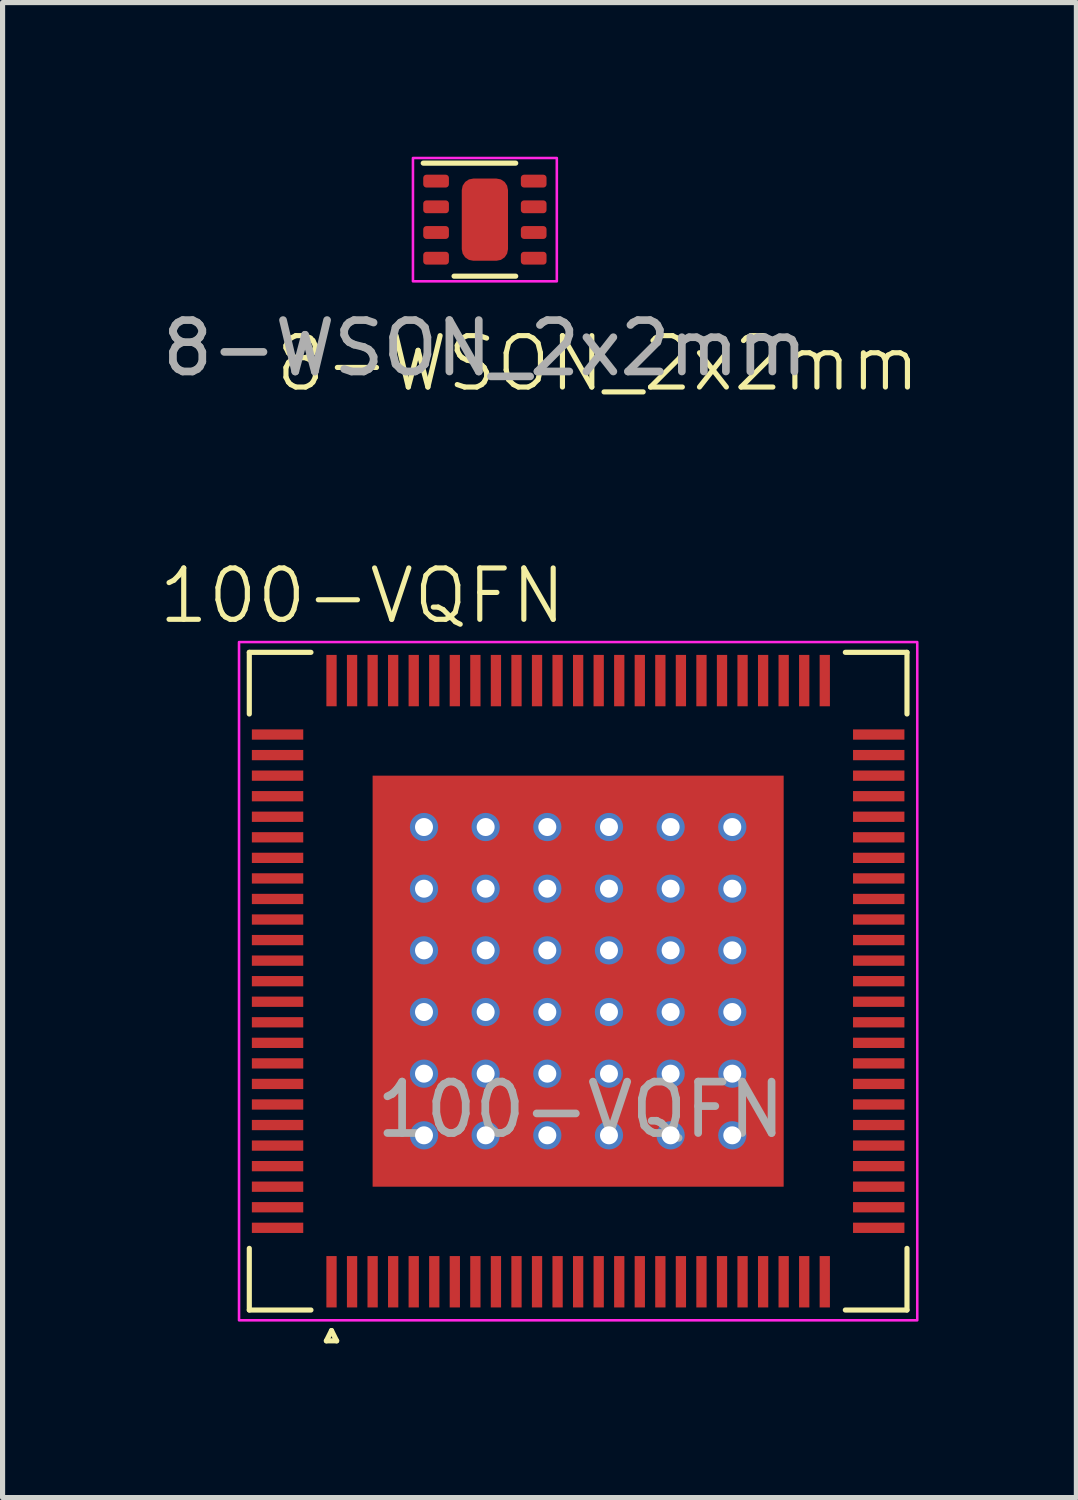
<source format=kicad_pcb>
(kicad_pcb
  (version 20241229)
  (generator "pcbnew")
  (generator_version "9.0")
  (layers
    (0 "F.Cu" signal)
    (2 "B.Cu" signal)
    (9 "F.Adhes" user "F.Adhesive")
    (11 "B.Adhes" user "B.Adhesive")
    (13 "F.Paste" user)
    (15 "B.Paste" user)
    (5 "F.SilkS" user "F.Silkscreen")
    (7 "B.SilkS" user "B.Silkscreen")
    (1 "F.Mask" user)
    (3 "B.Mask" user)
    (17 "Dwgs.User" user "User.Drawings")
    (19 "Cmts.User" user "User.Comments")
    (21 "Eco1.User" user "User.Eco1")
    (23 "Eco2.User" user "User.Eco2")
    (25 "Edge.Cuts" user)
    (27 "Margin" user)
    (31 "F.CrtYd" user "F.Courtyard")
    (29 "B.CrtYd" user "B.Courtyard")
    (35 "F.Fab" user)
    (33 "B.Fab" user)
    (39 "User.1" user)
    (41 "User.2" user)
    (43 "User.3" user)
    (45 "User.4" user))
  (footprint "8-WSON_2x2mm"
    (layer "F.Cu")
    (at 6.387 1.225)
    (property "Reference" "8-WSON_2x2mm" (at 2.2 2.8 0) (unlocked yes) (layer "F.SilkS") (effects (font (size 1 1) (thickness 0.1))))
    (attr smd)
    (fp_line (start -1.2 -1.1) (end 0.6 -1.1) (stroke (width 0.1) (type default)) (layer "F.SilkS"))
    (fp_line (start -0.6 1.1) (end 0.6 1.1) (stroke (width 0.1) (type default)) (layer "F.SilkS"))
    (fp_rect (start -1.4 -1.2) (end 1.4 1.2) (stroke (width 0.05) (type default)) (fill no) (layer "F.CrtYd"))
    (fp_text user "${REFERENCE}" (at 0 2.5 0) (unlocked yes) (layer "F.Fab") (effects (font (size 1 1) (thickness 0.15))))
    (pad "1" smd roundrect (at -0.95 -0.75) (size 0.5 0.25) (layers "F.Cu" "F.Mask" "F.Paste") (roundrect_rratio 0.25))
    (pad "2" smd roundrect (at -0.95 -0.25) (size 0.5 0.25) (layers "F.Cu" "F.Mask" "F.Paste") (roundrect_rratio 0.25))
    (pad "3" smd roundrect (at -0.95 0.25) (size 0.5 0.25) (layers "F.Cu" "F.Mask" "F.Paste") (roundrect_rratio 0.25))
    (pad "4" smd roundrect (at -0.95 0.75) (size 0.5 0.25) (layers "F.Cu" "F.Mask" "F.Paste") (roundrect_rratio 0.25))
    (pad "5" smd roundrect (at 0.95 0.75) (size 0.5 0.25) (layers "F.Cu" "F.Mask" "F.Paste") (roundrect_rratio 0.25))
    (pad "6" smd roundrect (at 0.95 0.25) (size 0.5 0.25) (layers "F.Cu" "F.Mask" "F.Paste") (roundrect_rratio 0.25))
    (pad "7" smd roundrect (at 0.95 -0.25) (size 0.5 0.25) (layers "F.Cu" "F.Mask" "F.Paste") (roundrect_rratio 0.25))
    (pad "8" smd roundrect (at 0.95 -0.75) (size 0.5 0.25) (layers "F.Cu" "F.Mask" "F.Paste") (roundrect_rratio 0.25))
    (pad "9" smd roundrect (at 0 0) (size 0.9 1.6) (layers "F.Cu" "F.Mask" "F.Paste") (roundrect_rratio 0.25)))
  (footprint "100-VQFN"
    (layer "F.Cu")
    (at 8.202 16.046)
    (property "Reference" "100-VQFN" (at -4.2 -7.5 0) (unlocked yes) (layer "F.SilkS") (effects (font (size 1 1) (thickness 0.1))))
    (attr smd)
    (fp_line (start -6.4 -6.4) (end -6.4 -5.2) (stroke (width 0.1) (type default)) (layer "F.SilkS"))
    (fp_line (start -6.4 5.2) (end -6.4 6.4) (stroke (width 0.1) (type default)) (layer "F.SilkS"))
    (fp_line (start -6.4 6.4) (end -5.2 6.4) (stroke (width 0.1) (type default)) (layer "F.SilkS"))
    (fp_line (start -5.2 -6.4) (end -6.4 -6.4) (stroke (width 0.1) (type default)) (layer "F.SilkS"))
    (fp_line (start -4.9 7) (end -4.7 7) (stroke (width 0.1) (type default)) (layer "F.SilkS"))
    (fp_line (start -4.8 6.8) (end -4.9 7) (stroke (width 0.1) (type default)) (layer "F.SilkS"))
    (fp_line (start -4.7 7) (end -4.8 6.8) (stroke (width 0.1) (type default)) (layer "F.SilkS"))
    (fp_line (start 5.2 6.4) (end 6.4 6.4) (stroke (width 0.1) (type default)) (layer "F.SilkS"))
    (fp_line (start 6.4 -6.4) (end 5.2 -6.4) (stroke (width 0.1) (type default)) (layer "F.SilkS"))
    (fp_line (start 6.4 -5.2) (end 6.4 -6.4) (stroke (width 0.1) (type default)) (layer "F.SilkS"))
    (fp_line (start 6.4 6.4) (end 6.4 5.2) (stroke (width 0.1) (type default)) (layer "F.SilkS"))
    (fp_rect (start -6.6 -6.6) (end 6.6 6.6) (stroke (width 0.05) (type default)) (fill no) (layer "F.CrtYd"))
    (fp_text user "${REFERENCE}" (at 0.05 2.5 0) (unlocked yes) (layer "F.Fab") (effects (font (size 1 1) (thickness 0.15))))
    (pad "1" smd rect (at -4.8 5.85) (size 0.2 1) (layers "F.Cu" "F.Mask" "F.Paste"))
    (pad "2" smd rect (at -4.4 5.85) (size 0.2 1) (layers "F.Cu" "F.Mask" "F.Paste"))
    (pad "3" smd rect (at -4 5.85) (size 0.2 1) (layers "F.Cu" "F.Mask" "F.Paste"))
    (pad "4" smd rect (at -3.6 5.85) (size 0.2 1) (layers "F.Cu" "F.Mask" "F.Paste"))
    (pad "5" smd rect (at -3.2 5.85) (size 0.2 1) (layers "F.Cu" "F.Mask" "F.Paste"))
    (pad "6" smd rect (at -2.8 5.85) (size 0.2 1) (layers "F.Cu" "F.Mask" "F.Paste"))
    (pad "7" smd rect (at -2.4 5.85) (size 0.2 1) (layers "F.Cu" "F.Mask" "F.Paste"))
    (pad "8" smd rect (at -2 5.85) (size 0.2 1) (layers "F.Cu" "F.Mask" "F.Paste"))
    (pad "9" smd rect (at -1.6 5.85) (size 0.2 1) (layers "F.Cu" "F.Mask" "F.Paste"))
    (pad "10" smd rect (at -1.2 5.85) (size 0.2 1) (layers "F.Cu" "F.Mask" "F.Paste"))
    (pad "11" smd rect (at -0.8 5.85) (size 0.2 1) (layers "F.Cu" "F.Mask" "F.Paste"))
    (pad "12" smd rect (at -0.4 5.85) (size 0.2 1) (layers "F.Cu" "F.Mask" "F.Paste"))
    (pad "13" smd rect (at 0 5.85) (size 0.2 1) (layers "F.Cu" "F.Mask" "F.Paste"))
    (pad "14" smd rect (at 0.4 5.85) (size 0.2 1) (layers "F.Cu" "F.Mask" "F.Paste"))
    (pad "15" smd rect (at 0.8 5.85) (size 0.2 1) (layers "F.Cu" "F.Mask" "F.Paste"))
    (pad "16" smd rect (at 1.2 5.85) (size 0.2 1) (layers "F.Cu" "F.Mask" "F.Paste"))
    (pad "17" smd rect (at 1.6 5.85) (size 0.2 1) (layers "F.Cu" "F.Mask" "F.Paste"))
    (pad "18" smd rect (at 2 5.85) (size 0.2 1) (layers "F.Cu" "F.Mask" "F.Paste"))
    (pad "19" smd rect (at 2.4 5.85) (size 0.2 1) (layers "F.Cu" "F.Mask" "F.Paste"))
    (pad "20" smd rect (at 2.8 5.85) (size 0.2 1) (layers "F.Cu" "F.Mask" "F.Paste"))
    (pad "21" smd rect (at 3.2 5.85) (size 0.2 1) (layers "F.Cu" "F.Mask" "F.Paste"))
    (pad "22" smd rect (at 3.6 5.85) (size 0.2 1) (layers "F.Cu" "F.Mask" "F.Paste"))
    (pad "23" smd rect (at 4 5.85) (size 0.2 1) (layers "F.Cu" "F.Mask" "F.Paste"))
    (pad "24" smd rect (at 4.4 5.85) (size 0.2 1) (layers "F.Cu" "F.Mask" "F.Paste"))
    (pad "25" smd rect (at 4.8 5.85) (size 0.2 1) (layers "F.Cu" "F.Mask" "F.Paste"))
    (pad "26" smd rect (at 5.85 4.8 270) (size 0.2 1) (layers "F.Cu" "F.Mask" "F.Paste"))
    (pad "27" smd rect (at 5.85 4.4 270) (size 0.2 1) (layers "F.Cu" "F.Mask" "F.Paste"))
    (pad "28" smd rect (at 5.85 4 270) (size 0.2 1) (layers "F.Cu" "F.Mask" "F.Paste"))
    (pad "29" smd rect (at 5.85 3.6 270) (size 0.2 1) (layers "F.Cu" "F.Mask" "F.Paste"))
    (pad "30" smd rect (at 5.85 3.2 270) (size 0.2 1) (layers "F.Cu" "F.Mask" "F.Paste"))
    (pad "31" smd rect (at 5.85 2.8 270) (size 0.2 1) (layers "F.Cu" "F.Mask" "F.Paste"))
    (pad "32" smd rect (at 5.85 2.4 270) (size 0.2 1) (layers "F.Cu" "F.Mask" "F.Paste"))
    (pad "33" smd rect (at 5.85 2 270) (size 0.2 1) (layers "F.Cu" "F.Mask" "F.Paste"))
    (pad "34" smd rect (at 5.85 1.6 270) (size 0.2 1) (layers "F.Cu" "F.Mask" "F.Paste"))
    (pad "35" smd rect (at 5.85 1.2 270) (size 0.2 1) (layers "F.Cu" "F.Mask" "F.Paste"))
    (pad "36" smd rect (at 5.85 0.8 270) (size 0.2 1) (layers "F.Cu" "F.Mask" "F.Paste"))
    (pad "37" smd rect (at 5.85 0.4 270) (size 0.2 1) (layers "F.Cu" "F.Mask" "F.Paste"))
    (pad "38" smd rect (at 5.85 0 270) (size 0.2 1) (layers "F.Cu" "F.Mask" "F.Paste"))
    (pad "39" smd rect (at 5.85 -0.4 270) (size 0.2 1) (layers "F.Cu" "F.Mask" "F.Paste"))
    (pad "40" smd rect (at 5.85 -0.8 270) (size 0.2 1) (layers "F.Cu" "F.Mask" "F.Paste"))
    (pad "41" smd rect (at 5.85 -1.2 270) (size 0.2 1) (layers "F.Cu" "F.Mask" "F.Paste"))
    (pad "42" smd rect (at 5.85 -1.6 270) (size 0.2 1) (layers "F.Cu" "F.Mask" "F.Paste"))
    (pad "43" smd rect (at 5.85 -2 270) (size 0.2 1) (layers "F.Cu" "F.Mask" "F.Paste"))
    (pad "44" smd rect (at 5.85 -2.4 270) (size 0.2 1) (layers "F.Cu" "F.Mask" "F.Paste"))
    (pad "45" smd rect (at 5.85 -2.8 270) (size 0.2 1) (layers "F.Cu" "F.Mask" "F.Paste"))
    (pad "46" smd rect (at 5.85 -3.2 270) (size 0.2 1) (layers "F.Cu" "F.Mask" "F.Paste"))
    (pad "47" smd rect (at 5.85 -3.6 270) (size 0.2 1) (layers "F.Cu" "F.Mask" "F.Paste"))
    (pad "48" smd rect (at 5.85 -4 270) (size 0.2 1) (layers "F.Cu" "F.Mask" "F.Paste"))
    (pad "49" smd rect (at 5.85 -4.4 270) (size 0.2 1) (layers "F.Cu" "F.Mask" "F.Paste"))
    (pad "50" smd rect (at 5.85 -4.8 270) (size 0.2 1) (layers "F.Cu" "F.Mask" "F.Paste"))
    (pad "51" smd rect (at 4.8 -5.85) (size 0.2 1) (layers "F.Cu" "F.Mask" "F.Paste"))
    (pad "52" smd rect (at 4.4 -5.85) (size 0.2 1) (layers "F.Cu" "F.Mask" "F.Paste"))
    (pad "53" smd rect (at 4 -5.85) (size 0.2 1) (layers "F.Cu" "F.Mask" "F.Paste"))
    (pad "54" smd rect (at 3.6 -5.85) (size 0.2 1) (layers "F.Cu" "F.Mask" "F.Paste"))
    (pad "55" smd rect (at 3.2 -5.85) (size 0.2 1) (layers "F.Cu" "F.Mask" "F.Paste"))
    (pad "56" smd rect (at 2.8 -5.85) (size 0.2 1) (layers "F.Cu" "F.Mask" "F.Paste"))
    (pad "57" smd rect (at 2.4 -5.85) (size 0.2 1) (layers "F.Cu" "F.Mask" "F.Paste"))
    (pad "58" smd rect (at 2 -5.85) (size 0.2 1) (layers "F.Cu" "F.Mask" "F.Paste"))
    (pad "59" smd rect (at 1.6 -5.85) (size 0.2 1) (layers "F.Cu" "F.Mask" "F.Paste"))
    (pad "60" smd rect (at 1.2 -5.85) (size 0.2 1) (layers "F.Cu" "F.Mask" "F.Paste"))
    (pad "61" smd rect (at 0.8 -5.85) (size 0.2 1) (layers "F.Cu" "F.Mask" "F.Paste"))
    (pad "62" smd rect (at 0.4 -5.85) (size 0.2 1) (layers "F.Cu" "F.Mask" "F.Paste"))
    (pad "63" smd rect (at 0 -5.85) (size 0.2 1) (layers "F.Cu" "F.Mask" "F.Paste"))
    (pad "64" smd rect (at -0.4 -5.85) (size 0.2 1) (layers "F.Cu" "F.Mask" "F.Paste"))
    (pad "65" smd rect (at -0.8 -5.85) (size 0.2 1) (layers "F.Cu" "F.Mask" "F.Paste"))
    (pad "66" smd rect (at -1.2 -5.85) (size 0.2 1) (layers "F.Cu" "F.Mask" "F.Paste"))
    (pad "67" smd rect (at -1.6 -5.85) (size 0.2 1) (layers "F.Cu" "F.Mask" "F.Paste"))
    (pad "68" smd rect (at -2 -5.85) (size 0.2 1) (layers "F.Cu" "F.Mask" "F.Paste"))
    (pad "69" smd rect (at -2.4 -5.85) (size 0.2 1) (layers "F.Cu" "F.Mask" "F.Paste"))
    (pad "70" smd rect (at -2.8 -5.85) (size 0.2 1) (layers "F.Cu" "F.Mask" "F.Paste"))
    (pad "71" smd rect (at -3.2 -5.85) (size 0.2 1) (layers "F.Cu" "F.Mask" "F.Paste"))
    (pad "72" smd rect (at -3.6 -5.85) (size 0.2 1) (layers "F.Cu" "F.Mask" "F.Paste"))
    (pad "73" smd rect (at -4 -5.85) (size 0.2 1) (layers "F.Cu" "F.Mask" "F.Paste"))
    (pad "74" smd rect (at -4.4 -5.85) (size 0.2 1) (layers "F.Cu" "F.Mask" "F.Paste"))
    (pad "75" smd rect (at -4.8 -5.85) (size 0.2 1) (layers "F.Cu" "F.Mask" "F.Paste"))
    (pad "76" smd rect (at -5.85 -4.8 270) (size 0.2 1) (layers "F.Cu" "F.Mask" "F.Paste"))
    (pad "77" smd rect (at -5.85 -4.4 270) (size 0.2 1) (layers "F.Cu" "F.Mask" "F.Paste"))
    (pad "78" smd rect (at -5.85 -4 270) (size 0.2 1) (layers "F.Cu" "F.Mask" "F.Paste"))
    (pad "79" smd rect (at -5.85 -3.6 270) (size 0.2 1) (layers "F.Cu" "F.Mask" "F.Paste"))
    (pad "80" smd rect (at -5.85 -3.2 270) (size 0.2 1) (layers "F.Cu" "F.Mask" "F.Paste"))
    (pad "81" smd rect (at -5.85 -2.8 270) (size 0.2 1) (layers "F.Cu" "F.Mask" "F.Paste"))
    (pad "82" smd rect (at -5.85 -2.4 270) (size 0.2 1) (layers "F.Cu" "F.Mask" "F.Paste"))
    (pad "83" smd rect (at -5.85 -2 270) (size 0.2 1) (layers "F.Cu" "F.Mask" "F.Paste"))
    (pad "84" smd rect (at -5.85 -1.6 270) (size 0.2 1) (layers "F.Cu" "F.Mask" "F.Paste"))
    (pad "85" smd rect (at -5.85 -1.2 270) (size 0.2 1) (layers "F.Cu" "F.Mask" "F.Paste"))
    (pad "86" smd rect (at -5.85 -0.8 270) (size 0.2 1) (layers "F.Cu" "F.Mask" "F.Paste"))
    (pad "87" smd rect (at -5.85 -0.4 270) (size 0.2 1) (layers "F.Cu" "F.Mask" "F.Paste"))
    (pad "88" smd rect (at -5.85 0 270) (size 0.2 1) (layers "F.Cu" "F.Mask" "F.Paste"))
    (pad "89" smd rect (at -5.85 0.4 270) (size 0.2 1) (layers "F.Cu" "F.Mask" "F.Paste"))
    (pad "90" smd rect (at -5.85 0.8 270) (size 0.2 1) (layers "F.Cu" "F.Mask" "F.Paste"))
    (pad "91" smd rect (at -5.85 1.2 270) (size 0.2 1) (layers "F.Cu" "F.Mask" "F.Paste"))
    (pad "92" smd rect (at -5.85 1.6 270) (size 0.2 1) (layers "F.Cu" "F.Mask" "F.Paste"))
    (pad "93" smd rect (at -5.85 2 270) (size 0.2 1) (layers "F.Cu" "F.Mask" "F.Paste"))
    (pad "94" smd rect (at -5.85 2.4 270) (size 0.2 1) (layers "F.Cu" "F.Mask" "F.Paste"))
    (pad "95" smd rect (at -5.85 2.8 270) (size 0.2 1) (layers "F.Cu" "F.Mask" "F.Paste"))
    (pad "96" smd rect (at -5.85 3.2 270) (size 0.2 1) (layers "F.Cu" "F.Mask" "F.Paste"))
    (pad "97" smd rect (at -5.85 3.6 270) (size 0.2 1) (layers "F.Cu" "F.Mask" "F.Paste"))
    (pad "98" smd rect (at -5.85 4 270) (size 0.2 1) (layers "F.Cu" "F.Mask" "F.Paste"))
    (pad "99" smd rect (at -5.85 4.4 270) (size 0.2 1) (layers "F.Cu" "F.Mask" "F.Paste"))
    (pad "100" smd rect (at -5.85 4.8 270) (size 0.2 1) (layers "F.Cu" "F.Mask" "F.Paste"))
    (pad "101" thru_hole circle (at -3 -3) (size 0.55 0.55) (drill 0.35) (layers "*.Cu" "*.Mask"))
    (pad "101" thru_hole circle (at -3 -1.8) (size 0.55 0.55) (drill 0.35) (layers "*.Cu" "*.Mask"))
    (pad "101" thru_hole circle (at -3 -0.6) (size 0.55 0.55) (drill 0.35) (layers "*.Cu" "*.Mask"))
    (pad "101" thru_hole circle (at -3 0.6) (size 0.55 0.55) (drill 0.35) (layers "*.Cu" "*.Mask"))
    (pad "101" thru_hole circle (at -3 1.8) (size 0.55 0.55) (drill 0.35) (layers "*.Cu" "*.Mask"))
    (pad "101" thru_hole circle (at -3 3) (size 0.55 0.55) (drill 0.35) (layers "*.Cu" "*.Mask"))
    (pad "101" thru_hole circle (at -1.8 -3) (size 0.55 0.55) (drill 0.35) (layers "*.Cu" "*.Mask"))
    (pad "101" thru_hole circle (at -1.8 -1.8) (size 0.55 0.55) (drill 0.35) (layers "*.Cu" "*.Mask"))
    (pad "101" thru_hole circle (at -1.8 -0.6) (size 0.55 0.55) (drill 0.35) (layers "*.Cu" "*.Mask"))
    (pad "101" thru_hole circle (at -1.8 0.6) (size 0.55 0.55) (drill 0.35) (layers "*.Cu" "*.Mask"))
    (pad "101" thru_hole circle (at -1.8 1.8) (size 0.55 0.55) (drill 0.35) (layers "*.Cu" "*.Mask"))
    (pad "101" thru_hole circle (at -1.8 3) (size 0.55 0.55) (drill 0.35) (layers "*.Cu" "*.Mask"))
    (pad "101" thru_hole circle (at -0.6 -3) (size 0.55 0.55) (drill 0.35) (layers "*.Cu" "*.Mask"))
    (pad "101" thru_hole circle (at -0.6 -1.8) (size 0.55 0.55) (drill 0.35) (layers "*.Cu" "*.Mask"))
    (pad "101" thru_hole circle (at -0.6 -0.6) (size 0.55 0.55) (drill 0.35) (layers "*.Cu" "*.Mask"))
    (pad "101" thru_hole circle (at -0.6 0.6) (size 0.55 0.55) (drill 0.35) (layers "*.Cu" "*.Mask"))
    (pad "101" thru_hole circle (at -0.6 1.8) (size 0.55 0.55) (drill 0.35) (layers "*.Cu" "*.Mask"))
    (pad "101" thru_hole circle (at -0.6 3) (size 0.55 0.55) (drill 0.35) (layers "*.Cu" "*.Mask"))
    (pad "101" smd rect (at 0 0) (size 8 8) (layers "F.Cu" "F.Mask" "F.Paste"))
    (pad "101" thru_hole circle (at 0.6 -3) (size 0.55 0.55) (drill 0.35) (layers "*.Cu" "*.Mask"))
    (pad "101" thru_hole circle (at 0.6 -1.8) (size 0.55 0.55) (drill 0.35) (layers "*.Cu" "*.Mask"))
    (pad "101" thru_hole circle (at 0.6 -0.6) (size 0.55 0.55) (drill 0.35) (layers "*.Cu" "*.Mask"))
    (pad "101" thru_hole circle (at 0.6 0.6) (size 0.55 0.55) (drill 0.35) (layers "*.Cu" "*.Mask"))
    (pad "101" thru_hole circle (at 0.6 1.8) (size 0.55 0.55) (drill 0.35) (layers "*.Cu" "*.Mask"))
    (pad "101" thru_hole circle (at 0.6 3) (size 0.55 0.55) (drill 0.35) (layers "*.Cu" "*.Mask"))
    (pad "101" thru_hole circle (at 1.8 -3) (size 0.55 0.55) (drill 0.35) (layers "*.Cu" "*.Mask"))
    (pad "101" thru_hole circle (at 1.8 -1.8) (size 0.55 0.55) (drill 0.35) (layers "*.Cu" "*.Mask"))
    (pad "101" thru_hole circle (at 1.8 -0.6) (size 0.55 0.55) (drill 0.35) (layers "*.Cu" "*.Mask"))
    (pad "101" thru_hole circle (at 1.8 0.6) (size 0.55 0.55) (drill 0.35) (layers "*.Cu" "*.Mask"))
    (pad "101" thru_hole circle (at 1.8 1.8) (size 0.55 0.55) (drill 0.35) (layers "*.Cu" "*.Mask"))
    (pad "101" thru_hole circle (at 1.8 3) (size 0.55 0.55) (drill 0.35) (layers "*.Cu" "*.Mask"))
    (pad "101" thru_hole circle (at 3 -3) (size 0.55 0.55) (drill 0.35) (layers "*.Cu" "*.Mask"))
    (pad "101" thru_hole circle (at 3 -1.8) (size 0.55 0.55) (drill 0.35) (layers "*.Cu" "*.Mask"))
    (pad "101" thru_hole circle (at 3 -0.6) (size 0.55 0.55) (drill 0.35) (layers "*.Cu" "*.Mask"))
    (pad "101" thru_hole circle (at 3 0.6) (size 0.55 0.55) (drill 0.35) (layers "*.Cu" "*.Mask"))
    (pad "101" thru_hole circle (at 3 1.8) (size 0.55 0.55) (drill 0.35) (layers "*.Cu" "*.Mask"))
    (pad "101" thru_hole circle (at 3 3) (size 0.55 0.55) (drill 0.35) (layers "*.Cu" "*.Mask")))
  (gr_rect
    (start -3 -3)
    (end 17.899 26.096)
    (stroke (width 0.1) (type default))
    (fill no)
    (layer "Edge.Cuts")))
</source>
